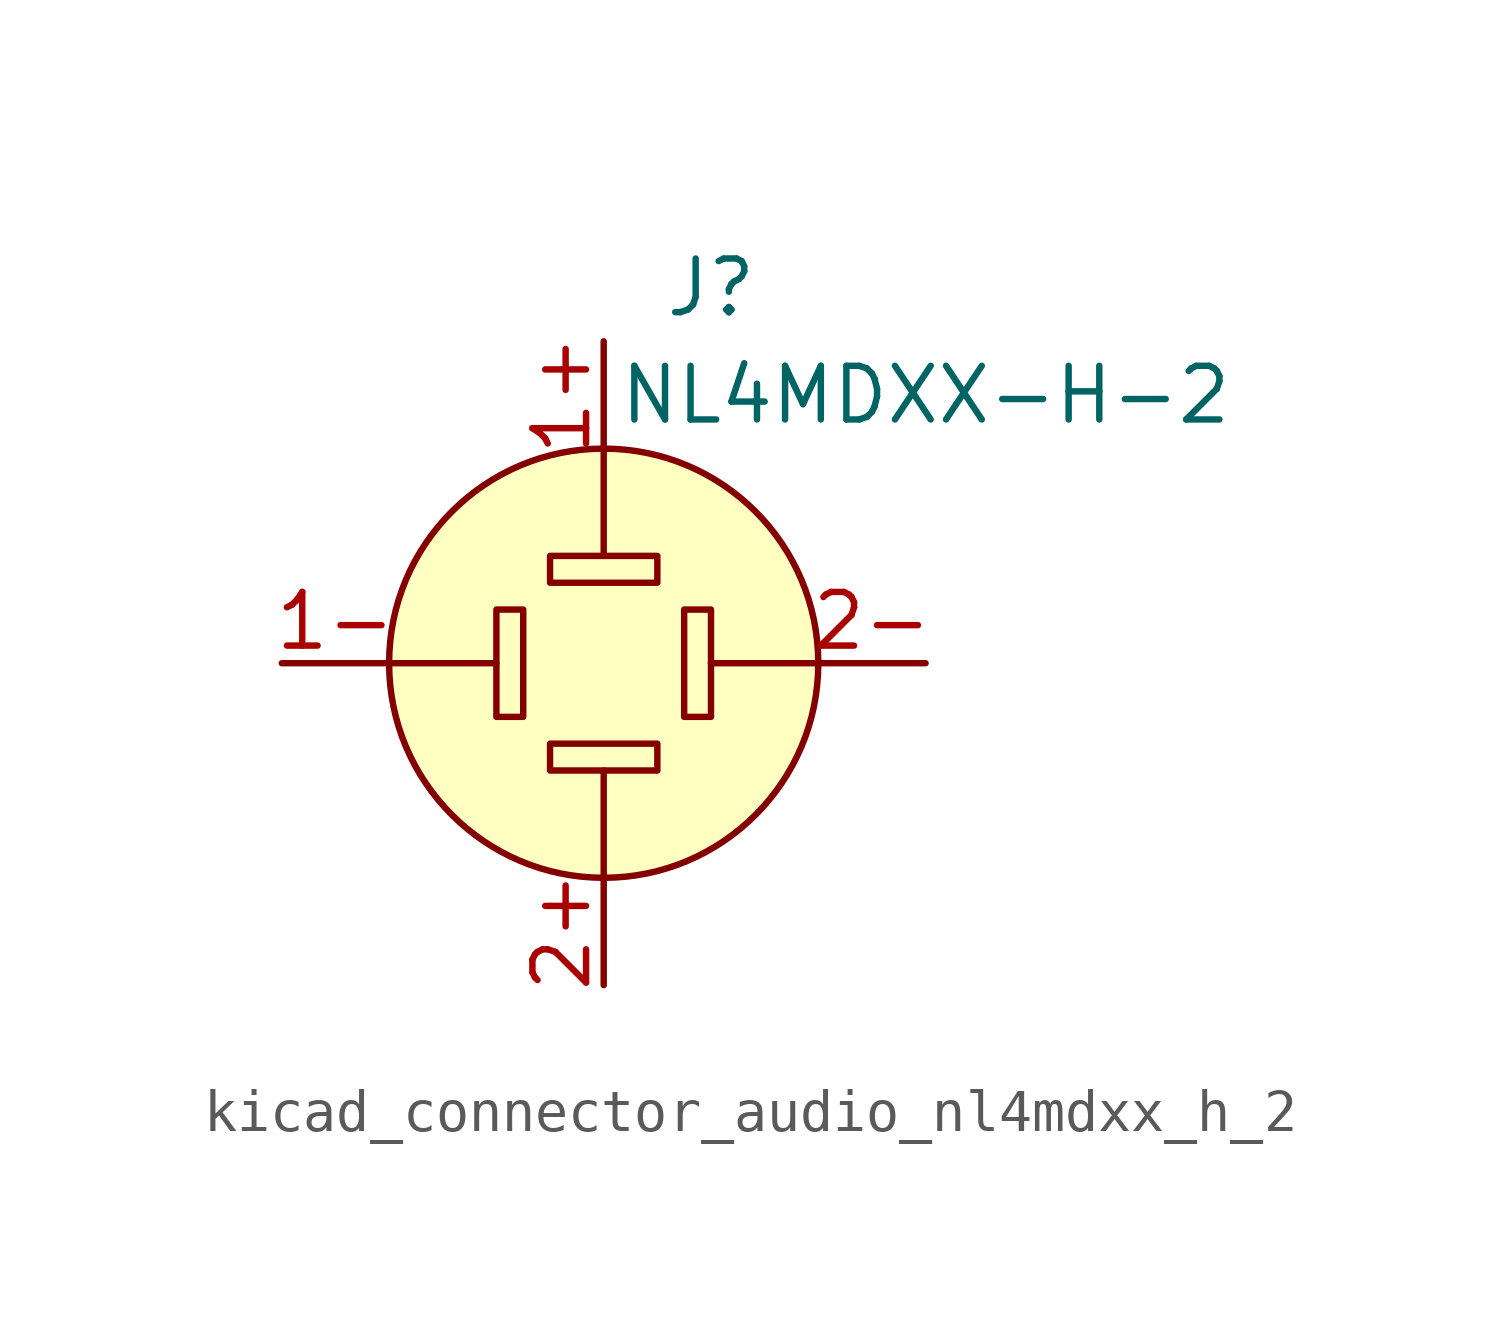
<source format=kicad_sym>
(kicad_symbol_lib
  (version 20220914)
  (generator kicad_symbol_editor)
  (symbol "kicad_connector_audio_nl4mdxx_h_2"
    (pin_names hide)
    (property "Reference" "J"
      (at 2.54 8.89 0)
      (effects (font (size 1.27 1.27))))
    (property "Value" "NL4MDXX-H-2"
      (at 7.62 6.35 0)
      (effects (font (size 1.27 1.27))))
    (symbol "kicad_connector_audio_nl4mdxx_h_2_0_1"
      (rectangle (start -2.54 1.27) (end -1.905 -1.27) (stroke (width 0) (type default)) (fill (type none)))
      (rectangle (start -1.27 -2.54) (end 1.27 -1.905) (stroke (width 0) (type default)) (fill (type none)))
      (rectangle (start -1.27 2.54) (end 1.27 1.905) (stroke (width 0) (type default)) (fill (type none)))
      (polyline (pts (xy -5.08 0) (xy -2.54 0)) (stroke (width 0) (type default)) (fill (type none)))
      (polyline (pts (xy 0 -5.08) (xy 0 -2.54)) (stroke (width 0) (type default)) (fill (type none)))
      (polyline (pts (xy 0 5.08) (xy 0 2.54)) (stroke (width 0) (type default)) (fill (type none)))
      (polyline (pts (xy 5.08 0) (xy 2.54 0)) (stroke (width 0) (type default)) (fill (type none)))
      (circle (center 0 0) (radius 5.08) (stroke (width 0) (type default)) (fill (type background)))
      (rectangle (start 2.54 1.27) (end 1.905 -1.27) (stroke (width 0) (type default)) (fill (type none)))
      (pin passive line (at -7.62 0 0) (length 2.54) (name "1-" (effects (font (size 1.27 1.27)))) (number "1-" (effects (font (size 1.27 1.27)))))
      (pin passive line (at 0 -7.62 90) (length 2.54) (name "2+" (effects (font (size 1.27 1.27)))) (number "2+" (effects (font (size 1.27 1.27)))))
      (pin passive line (at 7.62 0 180) (length 2.54) (name "2-" (effects (font (size 1.27 1.27)))) (number "2-" (effects (font (size 1.27 1.27))))))
    (symbol "kicad_connector_audio_nl4mdxx_h_2_1_1"
      (pin passive line (at 0 7.62 270) (length 2.54) (name "1+" (effects (font (size 1.27 1.27)))) (number "1+" (effects (font (size 1.27 1.27))))))))
</source>
